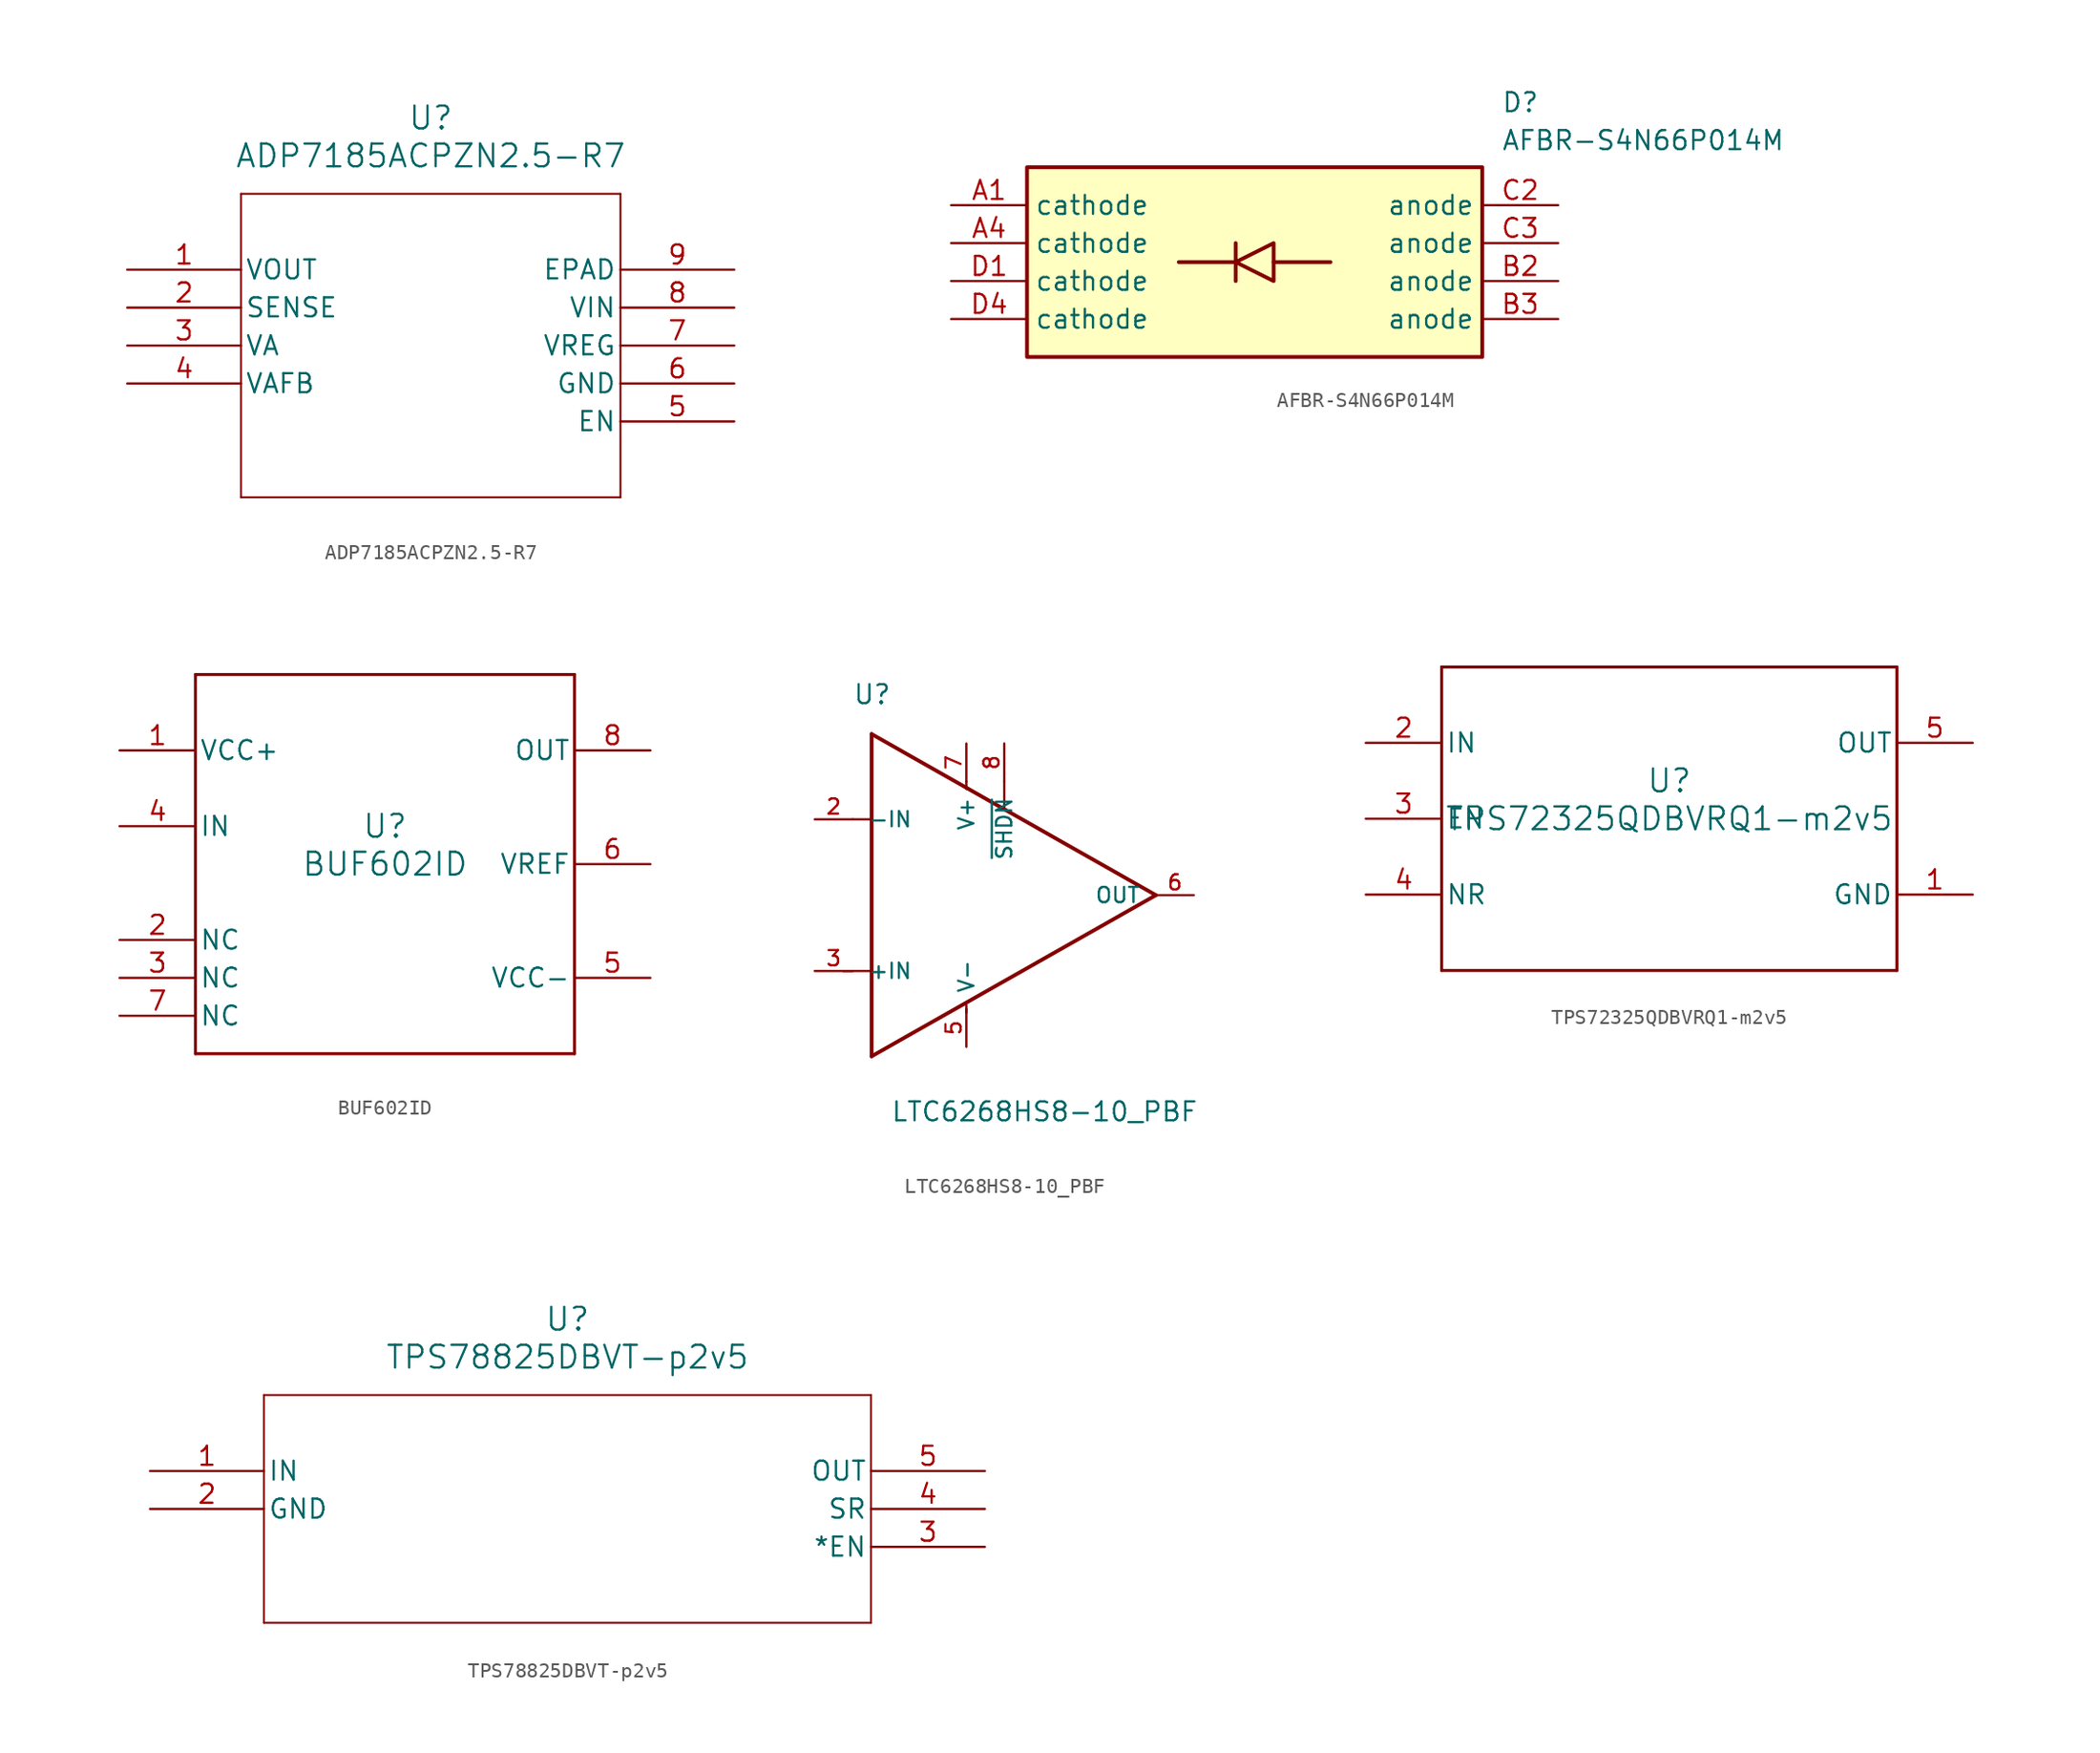
<source format=kicad_sym>
(kicad_symbol_lib
  (version 20241209)
  (generator "kicad_symbol_editor")
  (generator_version "9.0")
  (symbol "ADP7185ACPZN2.5-R7"
    (pin_names
      (offset 0.254))
    (property "Reference" "U"
      (at 20.32 10.16 0)
      (effects (font (size 1.524 1.524))))
    (property "Value" "ADP7185ACPZN2.5-R7"
      (at 20.32 7.62 0)
      (effects (font (size 1.524 1.524))))
    (symbol "ADP7185ACPZN2.5-R7_0_1"
      (polyline (pts (xy 7.62 5.08) (xy 7.62 -15.24)) (stroke (width 0.127) (type default)) (fill (type none)))
      (polyline (pts (xy 7.62 -15.24) (xy 33.02 -15.24)) (stroke (width 0.127) (type default)) (fill (type none)))
      (polyline (pts (xy 33.02 5.08) (xy 7.62 5.08)) (stroke (width 0.127) (type default)) (fill (type none)))
      (polyline (pts (xy 33.02 -15.24) (xy 33.02 5.08)) (stroke (width 0.127) (type default)) (fill (type none)))
      (pin input line (at 0 -2.54 0) (length 7.62) (name "SENSE" (effects (font (size 1.27 1.27)))) (number "2" (effects (font (size 1.27 1.27)))))
      (pin power_in line (at 40.64 -2.54 180) (length 7.62) (name "VIN" (effects (font (size 1.27 1.27)))) (number "8" (effects (font (size 1.27 1.27)))))
      (pin power_out line (at 40.64 -7.62 180) (length 7.62) (name "GND" (effects (font (size 1.27 1.27)))) (number "6" (effects (font (size 1.27 1.27))))))
    (symbol "ADP7185ACPZN2.5-R7_1_1"
      (pin power_out line (at 0 0 0) (length 7.62) (name "VOUT" (effects (font (size 1.27 1.27)))) (number "1" (effects (font (size 1.27 1.27)))))
      (pin passive line (at 0 -5.08 0) (length 7.62) (name "VA" (effects (font (size 1.27 1.27)))) (number "3" (effects (font (size 1.27 1.27)))))
      (pin passive line (at 0 -7.62 0) (length 7.62) (name "VAFB" (effects (font (size 1.27 1.27)))) (number "4" (effects (font (size 1.27 1.27)))))
      (pin power_in line (at 40.64 0 180) (length 7.62) (name "EPAD" (effects (font (size 1.27 1.27)))) (number "9" (effects (font (size 1.27 1.27)))))
      (pin passive line (at 40.64 -5.08 180) (length 7.62) (name "VREG" (effects (font (size 1.27 1.27)))) (number "7" (effects (font (size 1.27 1.27)))))
      (pin passive line (at 40.64 -10.16 180) (length 7.62) (name "EN" (effects (font (size 1.27 1.27)))) (number "5" (effects (font (size 1.27 1.27)))))))
  (symbol "AFBR-S4N66P014M"
    (property "Reference" "D"
      (at 36.83 7.62 0)
      (effects (font (size 1.27 1.27)) (justify left top)))
    (property "Value" "AFBR-S4N66P014M"
      (at 36.83 5.08 0)
      (effects (font (size 1.27 1.27)) (justify left top)))
    (symbol "AFBR-S4N66P014M_0_1"
      (polyline (pts (xy 19.05 -2.54) (xy 19.05 -5.08)) (stroke (width 0.254) (type default)) (fill (type none)))
      (polyline (pts (xy 21.59 -2.54) (xy 21.59 -5.08) (xy 19.05 -3.81) (xy 21.59 -2.54)) (stroke (width 0.254) (type default)) (fill (type none))))
    (symbol "AFBR-S4N66P014M_1_1"
      (rectangle (start 5.08 2.54) (end 35.56 -10.16) (stroke (width 0.254) (type default)) (fill (type background)))
      (polyline (pts (xy 19.05 -3.81) (xy 15.24 -3.81)) (stroke (width 0.254) (type solid)) (fill (type none)))
      (polyline (pts (xy 25.4 -3.81) (xy 21.59 -3.81)) (stroke (width 0.254) (type solid)) (fill (type none)))
      (pin passive line (at 0 0 0) (length 5.08) (name "cathode" (effects (font (size 1.27 1.27)))) (number "A1" (effects (font (size 1.27 1.27)))))
      (pin passive line (at 0 -2.54 0) (length 5.08) (name "cathode" (effects (font (size 1.27 1.27)))) (number "A4" (effects (font (size 1.27 1.27)))))
      (pin passive line (at 0 -5.08 0) (length 5.08) (name "cathode" (effects (font (size 1.27 1.27)))) (number "D1" (effects (font (size 1.27 1.27)))))
      (pin passive line (at 0 -7.62 0) (length 5.08) (name "cathode" (effects (font (size 1.27 1.27)))) (number "D4" (effects (font (size 1.27 1.27)))))
      (pin passive line (at 40.64 0 180) (length 5.08) (name "anode" (effects (font (size 1.27 1.27)))) (number "C2" (effects (font (size 1.27 1.27)))))
      (pin passive line (at 40.64 -2.54 180) (length 5.08) (name "anode" (effects (font (size 1.27 1.27)))) (number "C3" (effects (font (size 1.27 1.27)))))
      (pin passive line (at 40.64 -5.08 180) (length 5.08) (name "anode" (effects (font (size 1.27 1.27)))) (number "B2" (effects (font (size 1.27 1.27)))))
      (pin passive line (at 40.64 -7.62 180) (length 5.08) (name "anode" (effects (font (size 1.27 1.27)))) (number "B3" (effects (font (size 1.27 1.27)))))))
  (symbol "BUF602ID"
    (pin_names
      (offset 0.254))
    (property "Reference" "U"
      (at 0 2.54 0)
      (effects (font (size 1.524 1.524))))
    (property "Value" "BUF602ID"
      (at 0 0 0)
      (effects (font (size 1.524 1.524))))
    (symbol "BUF602ID_0_1"
      (polyline (pts (xy -12.7 12.7) (xy -12.7 -12.7)) (stroke (width 0.203) (type default)) (fill (type none)))
      (polyline (pts (xy -12.7 -12.7) (xy 12.7 -12.7)) (stroke (width 0.203) (type default)) (fill (type none)))
      (polyline (pts (xy 12.7 12.7) (xy -12.7 12.7)) (stroke (width 0.203) (type default)) (fill (type none)))
      (polyline (pts (xy 12.7 -12.7) (xy 12.7 12.7)) (stroke (width 0.203) (type default)) (fill (type none)))
      (pin power_in line (at -17.78 7.62 0) (length 5.08) (name "VCC+" (effects (font (size 1.27 1.27)))) (number "1" (effects (font (size 1.27 1.27)))))
      (pin input line (at -17.78 2.54 0) (length 5.08) (name "IN" (effects (font (size 1.27 1.27)))) (number "4" (effects (font (size 1.27 1.27)))))
      (pin unspecified line (at -17.78 -5.08 0) (length 5.08) (name "NC" (effects (font (size 1.27 1.27)))) (number "2" (effects (font (size 1.27 1.27)))))
      (pin unspecified line (at -17.78 -7.62 0) (length 5.08) (name "NC" (effects (font (size 1.27 1.27)))) (number "3" (effects (font (size 1.27 1.27)))))
      (pin unspecified line (at -17.78 -10.16 0) (length 5.08) (name "NC" (effects (font (size 1.27 1.27)))) (number "7" (effects (font (size 1.27 1.27)))))
      (pin output line (at 17.78 7.62 180) (length 5.08) (name "OUT" (effects (font (size 1.27 1.27)))) (number "8" (effects (font (size 1.27 1.27)))))
      (pin output line (at 17.78 0 180) (length 5.08) (name "VREF" (effects (font (size 1.27 1.27)))) (number "6" (effects (font (size 1.27 1.27)))))
      (pin power_in line (at 17.78 -7.62 180) (length 5.08) (name "VCC-" (effects (font (size 1.27 1.27)))) (number "5" (effects (font (size 1.27 1.27)))))))
  (symbol "LTC6268HS8-10_PBF"
    (pin_names
      (offset 1.016))
    (property "Reference" "U"
      (at -7.622 12.703 0)
      (effects (font (size 1.27 1.27)) (justify left bottom)))
    (property "Value" "LTC6268HS8-10_PBF"
      (at -5.083 -15.248 0)
      (effects (font (size 1.27 1.27)) (justify left bottom)))
    (symbol "LTC6268HS8-10_PBF_0_0"
      (polyline (pts (xy -7.62 5.08) (xy -6.35 5.08)) (stroke (width 0.152) (type default)) (fill (type none)))
      (polyline (pts (xy -6.35 10.795) (xy -6.35 5.08)) (stroke (width 0.254) (type default)) (fill (type none)))
      (polyline (pts (xy -6.35 5.08) (xy -6.35 -5.08)) (stroke (width 0.254) (type default)) (fill (type none)))
      (polyline (pts (xy -6.35 -5.08) (xy -8.255 -5.08)) (stroke (width 0.152) (type default)) (fill (type none)))
      (polyline (pts (xy -6.35 -5.08) (xy -6.35 -10.795)) (stroke (width 0.254) (type default)) (fill (type none)))
      (polyline (pts (xy -6.35 -10.795) (xy 12.7 0)) (stroke (width 0.254) (type default)) (fill (type none)))
      (polyline (pts (xy 0 7.62) (xy 0 7.112)) (stroke (width 0.152) (type default)) (fill (type none)))
      (polyline (pts (xy 0 -7.366) (xy 0 -7.874)) (stroke (width 0.152) (type default)) (fill (type none)))
      (polyline (pts (xy 2.54 7.62) (xy 2.54 5.842)) (stroke (width 0.152) (type default)) (fill (type none)))
      (polyline (pts (xy 12.7 0) (xy -6.35 10.795)) (stroke (width 0.254) (type default)) (fill (type none)))
      (pin input line (at -10.16 5.08 0) (length 2.54) (name "-IN" (effects (font (size 1.016 1.016)))) (number "2" (effects (font (size 1.016 1.016)))))
      (pin input line (at -10.16 -5.08 0) (length 2.54) (name "+IN" (effects (font (size 1.016 1.016)))) (number "3" (effects (font (size 1.016 1.016)))))
      (pin power_in line (at 0 10.16 270) (length 2.54) (name "V+" (effects (font (size 1.016 1.016)))) (number "7" (effects (font (size 1.016 1.016)))))
      (pin power_in line (at 0 -10.16 90) (length 2.54) (name "V-" (effects (font (size 1.016 1.016)))) (number "5" (effects (font (size 1.016 1.016)))))
      (pin bidirectional line (at 2.54 10.16 270) (length 2.54) (name "~{SHDN}" (effects (font (size 1.016 1.016)))) (number "8" (effects (font (size 1.016 1.016)))))
      (pin output line (at 15.24 0 180) (length 2.54) (name "OUT" (effects (font (size 1.016 1.016)))) (number "6" (effects (font (size 1.016 1.016)))))))
  (symbol "TPS72325QDBVRQ1-m2v5"
    (pin_names
      (offset 0.254))
    (property "Reference" "U"
      (at 0 2.54 0)
      (effects (font (size 1.524 1.524))))
    (property "Value" "TPS72325QDBVRQ1-m2v5"
      (at 0 0 0)
      (effects (font (size 1.524 1.524))))
    (symbol "TPS72325QDBVRQ1-m2v5_0_1"
      (polyline (pts (xy -15.24 10.16) (xy -15.24 -10.16)) (stroke (width 0.203) (type default)) (fill (type none)))
      (polyline (pts (xy -15.24 -10.16) (xy 15.24 -10.16)) (stroke (width 0.203) (type default)) (fill (type none)))
      (polyline (pts (xy 15.24 10.16) (xy -15.24 10.16)) (stroke (width 0.203) (type default)) (fill (type none)))
      (polyline (pts (xy 15.24 -10.16) (xy 15.24 10.16)) (stroke (width 0.203) (type default)) (fill (type none)))
      (pin power_in line (at -20.32 5.08 0) (length 5.08) (name "IN" (effects (font (size 1.27 1.27)))) (number "2" (effects (font (size 1.27 1.27)))))
      (pin input line (at -20.32 0 0) (length 5.08) (name "EN" (effects (font (size 1.27 1.27)))) (number "3" (effects (font (size 1.27 1.27)))))
      (pin unspecified line (at -20.32 -5.08 0) (length 5.08) (name "NR" (effects (font (size 1.27 1.27)))) (number "4" (effects (font (size 1.27 1.27)))))
      (pin power_in line (at 20.32 5.08 180) (length 5.08) (name "OUT" (effects (font (size 1.27 1.27)))) (number "5" (effects (font (size 1.27 1.27)))))
      (pin power_in line (at 20.32 -5.08 180) (length 5.08) (name "GND" (effects (font (size 1.27 1.27)))) (number "1" (effects (font (size 1.27 1.27)))))))
  (symbol "TPS78825DBVT-p2v5"
    (pin_names
      (offset 0.254))
    (property "Reference" "U"
      (at 27.94 10.16 0)
      (effects (font (size 1.524 1.524))))
    (property "Value" "TPS78825DBVT-p2v5"
      (at 27.94 7.62 0)
      (effects (font (size 1.524 1.524))))
    (symbol "TPS78825DBVT-p2v5_0_1"
      (polyline (pts (xy 7.62 5.08) (xy 7.62 -10.16)) (stroke (width 0.127) (type default)) (fill (type none)))
      (polyline (pts (xy 7.62 -10.16) (xy 48.26 -10.16)) (stroke (width 0.127) (type default)) (fill (type none)))
      (polyline (pts (xy 48.26 5.08) (xy 7.62 5.08)) (stroke (width 0.127) (type default)) (fill (type none)))
      (polyline (pts (xy 48.26 -10.16) (xy 48.26 5.08)) (stroke (width 0.127) (type default)) (fill (type none)))
      (pin input line (at 0 0 0) (length 7.62) (name "IN" (effects (font (size 1.27 1.27)))) (number "1" (effects (font (size 1.27 1.27)))))
      (pin power_in line (at 0 -2.54 0) (length 7.62) (name "GND" (effects (font (size 1.27 1.27)))) (number "2" (effects (font (size 1.27 1.27)))))
      (pin output line (at 55.88 0 180) (length 7.62) (name "OUT" (effects (font (size 1.27 1.27)))) (number "5" (effects (font (size 1.27 1.27)))))
      (pin unspecified line (at 55.88 -2.54 180) (length 7.62) (name "SR" (effects (font (size 1.27 1.27)))) (number "4" (effects (font (size 1.27 1.27)))))
      (pin unspecified line (at 55.88 -5.08 180) (length 7.62) (name "*EN" (effects (font (size 1.27 1.27)))) (number "3" (effects (font (size 1.27 1.27))))))))
</source>
